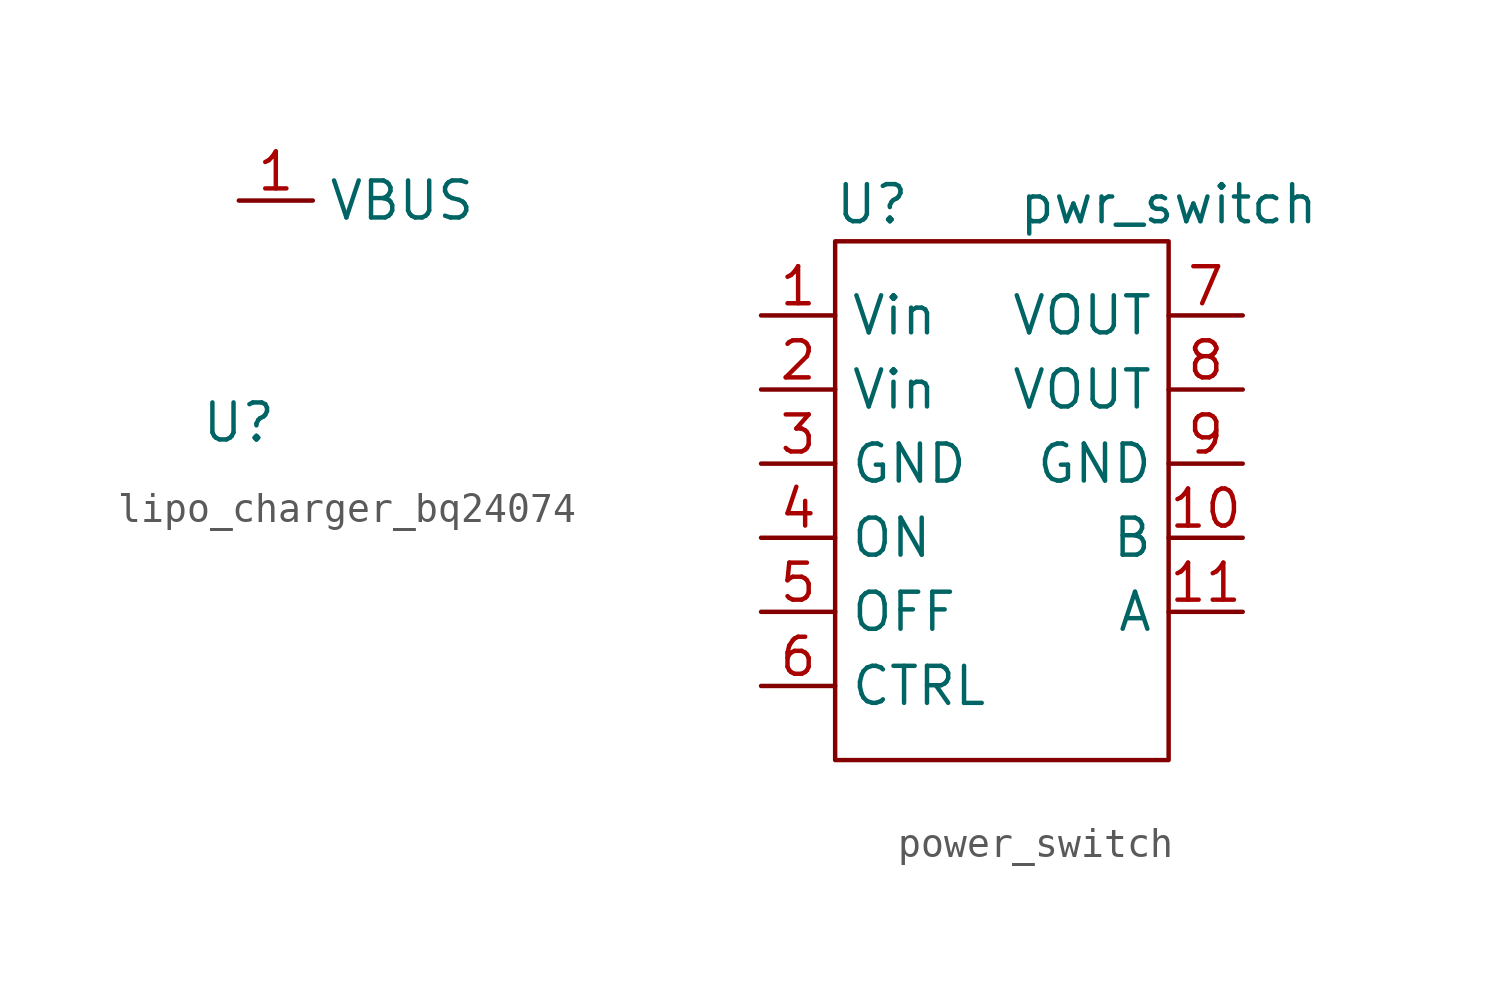
<source format=kicad_sym>
(kicad_symbol_lib
  (version 20220914)
  (generator kicad_symbol_editor)
  (symbol "lipo_charger_bq24074"
    (property "Reference" "U"
      (at 0 0 0)
      (effects (font (size 1.27 1.27))))
    (property "Value" ""
      (at 0 0 0)
      (effects (font (size 1.27 1.27))))
    (symbol "lipo_charger_bq24074_1_1"
      (pin power_in line (at 0 7.62 0) (length 2.54) (name "VBUS" (effects (font (size 1.27 1.27)))) (number "1" (effects (font (size 1.27 1.27)))))))
  (symbol "power_switch"
    (property "Reference" "U"
      (at -3.81 8.89 0)
      (effects (font (size 1.27 1.27))))
    (property "Value" "pwr_switch"
      (at 6.35 8.89 0)
      (effects (font (size 1.27 1.27))))
    (symbol "power_switch_0_1"
      (polyline (pts (xy -5.08 -10.16) (xy -5.08 7.62) (xy 6.35 7.62) (xy 6.35 -10.16) (xy -5.08 -10.16)) (stroke (width 0) (type default)) (fill (type none))))
    (symbol "power_switch_1_1"
      (pin power_in line (at -7.62 5.08 0) (length 2.54) (name "Vin" (effects (font (size 1.27 1.27)))) (number "1" (effects (font (size 1.27 1.27)))))
      (pin input line (at 8.89 -2.54 180) (length 2.54) (name "B" (effects (font (size 1.27 1.27)))) (number "10" (effects (font (size 1.27 1.27)))))
      (pin passive line (at 8.89 -5.08 180) (length 2.54) (name "A" (effects (font (size 1.27 1.27)))) (number "11" (effects (font (size 1.27 1.27)))))
      (pin power_in line (at -7.62 2.54 0) (length 2.54) (name "Vin" (effects (font (size 1.27 1.27)))) (number "2" (effects (font (size 1.27 1.27)))))
      (pin power_in line (at -7.62 0 0) (length 2.54) (name "GND" (effects (font (size 1.27 1.27)))) (number "3" (effects (font (size 1.27 1.27)))))
      (pin input line (at -7.62 -2.54 0) (length 2.54) (name "ON" (effects (font (size 1.27 1.27)))) (number "4" (effects (font (size 1.27 1.27)))))
      (pin input line (at -7.62 -5.08 0) (length 2.54) (name "OFF" (effects (font (size 1.27 1.27)))) (number "5" (effects (font (size 1.27 1.27)))))
      (pin input line (at -7.62 -7.62 0) (length 2.54) (name "CTRL" (effects (font (size 1.27 1.27)))) (number "6" (effects (font (size 1.27 1.27)))))
      (pin power_out line (at 8.89 5.08 180) (length 2.54) (name "VOUT" (effects (font (size 1.27 1.27)))) (number "7" (effects (font (size 1.27 1.27)))))
      (pin power_out line (at 8.89 2.54 180) (length 2.54) (name "VOUT" (effects (font (size 1.27 1.27)))) (number "8" (effects (font (size 1.27 1.27)))))
      (pin power_in line (at 8.89 0 180) (length 2.54) (name "GND" (effects (font (size 1.27 1.27)))) (number "9" (effects (font (size 1.27 1.27))))))))
</source>
